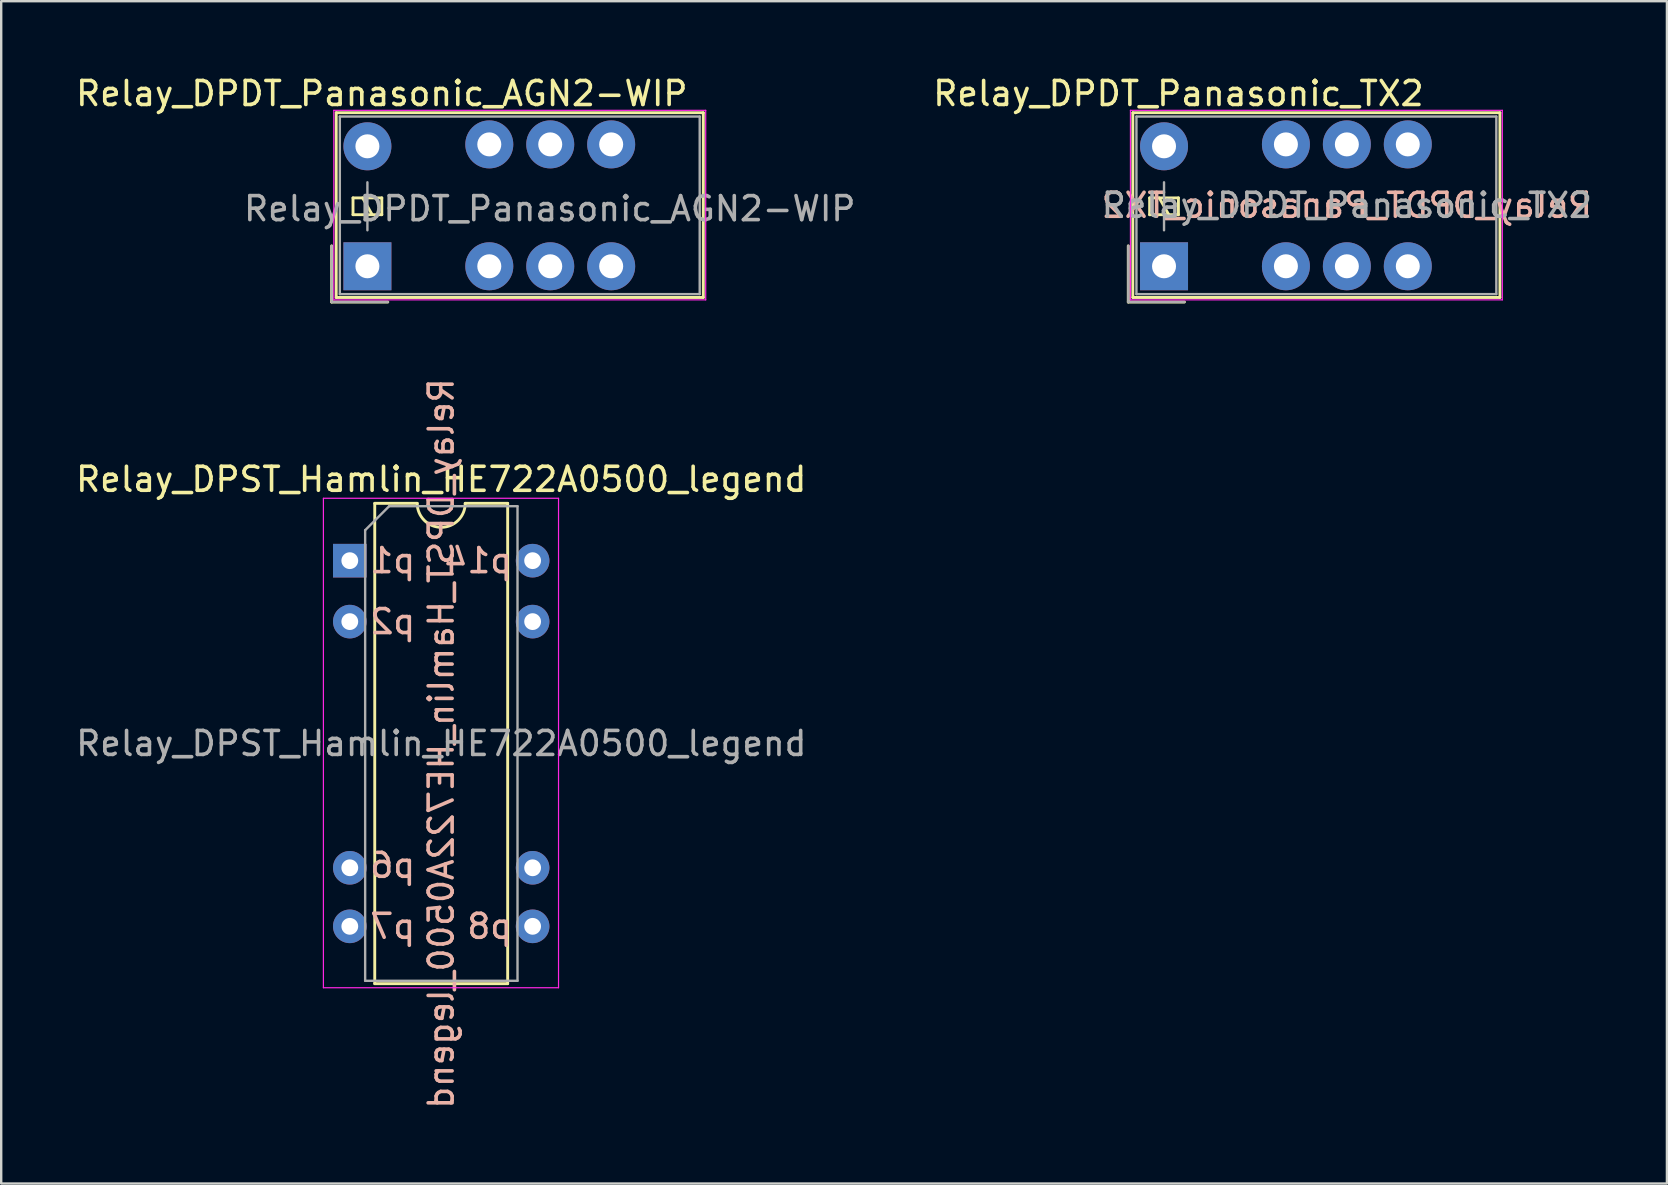
<source format=kicad_pcb>
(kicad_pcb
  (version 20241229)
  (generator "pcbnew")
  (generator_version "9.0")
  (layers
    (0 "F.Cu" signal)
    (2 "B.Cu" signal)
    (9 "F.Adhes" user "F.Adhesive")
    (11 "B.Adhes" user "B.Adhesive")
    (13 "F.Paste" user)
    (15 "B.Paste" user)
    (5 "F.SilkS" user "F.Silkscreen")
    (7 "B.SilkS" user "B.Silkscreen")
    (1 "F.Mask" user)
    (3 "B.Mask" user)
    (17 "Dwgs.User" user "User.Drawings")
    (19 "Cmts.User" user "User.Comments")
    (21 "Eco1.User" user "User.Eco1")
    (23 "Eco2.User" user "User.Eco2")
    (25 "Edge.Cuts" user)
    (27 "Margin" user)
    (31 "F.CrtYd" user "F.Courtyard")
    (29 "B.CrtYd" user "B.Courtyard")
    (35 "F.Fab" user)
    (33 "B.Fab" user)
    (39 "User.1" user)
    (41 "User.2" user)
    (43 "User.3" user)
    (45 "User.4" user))
  (footprint "Relay_DPDT_Panasonic_AGN2-WIP"
    (layer "F.Cu")
    (at 12.263 8.048)
    (property "Reference" "Relay_DPDT_Panasonic_AGN2-WIP" (at 0.6 -7.2 180) (layer "F.SilkS") (effects (font (size 1 1) (thickness 0.15))))
    (attr through_hole)
    (fp_line (start -1.49 1.49) (end -1.49 -0.85) (stroke (width 0.12) (type solid)) (layer "F.SilkS"))
    (fp_line (start -1.3 -6.4) (end -1.3 1.3) (stroke (width 0.12) (type solid)) (layer "F.SilkS"))
    (fp_line (start -1.3 1.3) (end 14 1.3) (stroke (width 0.12) (type solid)) (layer "F.SilkS"))
    (fp_line (start -0.6 -2.85) (end -0.6 -2.15) (stroke (width 0.12) (type solid)) (layer "F.SilkS"))
    (fp_line (start -0.6 -2.15) (end 0.6 -2.15) (stroke (width 0.12) (type solid)) (layer "F.SilkS"))
    (fp_line (start 0.2 -2.15) (end -0.2 -2.85) (stroke (width 0.12) (type solid)) (layer "F.SilkS"))
    (fp_line (start 0.6 -2.85) (end -0.6 -2.85) (stroke (width 0.12) (type solid)) (layer "F.SilkS"))
    (fp_line (start 0.6 -2.15) (end 0.6 -2.85) (stroke (width 0.12) (type solid)) (layer "F.SilkS"))
    (fp_line (start 0.85 1.49) (end -1.49 1.49) (stroke (width 0.12) (type solid)) (layer "F.SilkS"))
    (fp_line (start 14 -6.4) (end -1.3 -6.4) (stroke (width 0.12) (type solid)) (layer "F.SilkS"))
    (fp_line (start 14 1.3) (end 14 -6.4) (stroke (width 0.12) (type solid)) (layer "F.SilkS"))
    (fp_line (start -1.4 -6.5) (end -1.4 1.4) (stroke (width 0.05) (type solid)) (layer "F.CrtYd"))
    (fp_line (start -1.4 1.4) (end 14.1 1.4) (stroke (width 0.05) (type solid)) (layer "F.CrtYd"))
    (fp_line (start 14.1 -6.5) (end -1.4 -6.5) (stroke (width 0.05) (type solid)) (layer "F.CrtYd"))
    (fp_line (start 14.1 1.4) (end 14.1 -6.5) (stroke (width 0.05) (type solid)) (layer "F.CrtYd"))
    (fp_line (start -1.49 1.49) (end -1.49 -0.85) (stroke (width 0.1) (type solid)) (layer "F.Fab"))
    (fp_line (start -1.15 -6.24) (end 13.85 -6.24) (stroke (width 0.1) (type solid)) (layer "F.Fab"))
    (fp_line (start -1.15 1.16) (end -1.15 -6.24) (stroke (width 0.1) (type solid)) (layer "F.Fab"))
    (fp_line (start -1.15 1.16) (end 13.85 1.16) (stroke (width 0.1) (type solid)) (layer "F.Fab"))
    (fp_line (start 0 -1.5) (end 0 -3.5) (stroke (width 0.1) (type solid)) (layer "F.Fab"))
    (fp_line (start 0.85 1.49) (end -1.49 1.49) (stroke (width 0.1) (type solid)) (layer "F.Fab"))
    (fp_line (start 13.85 1.16) (end 13.85 -6.24) (stroke (width 0.1) (type solid)) (layer "F.Fab"))
    (fp_text user "${REFERENCE}" (at 7.6 -2.4 180) (layer "F.Fab") (effects (font (size 1 1) (thickness 0.15))))
    (pad "1" thru_hole rect (at 0 0 90) (size 2 2) (drill 1) (layers "*.Cu" "*.Mask"))
    (pad "3" thru_hole oval (at 5.08 0 90) (size 2 2) (drill 1) (layers "*.Cu" "*.Mask"))
    (pad "4" thru_hole oval (at 7.62 0 90) (size 2 2) (drill 1) (layers "*.Cu" "*.Mask"))
    (pad "5" thru_hole oval (at 10.16 0 90) (size 2 2) (drill 1) (layers "*.Cu" "*.Mask"))
    (pad "8" thru_hole oval (at 10.16 -5.08 90) (size 2 2) (drill 1) (layers "*.Cu" "*.Mask"))
    (pad "9" thru_hole oval (at 7.62 -5.08 90) (size 2 2) (drill 1) (layers "*.Cu" "*.Mask"))
    (pad "10" thru_hole oval (at 5.08 -5.08 90) (size 2 2) (drill 1) (layers "*.Cu" "*.Mask"))
    (pad "12" thru_hole oval (at 0 -5 90) (size 2 2) (drill 1) (layers "*.Cu" "*.Mask")))
  (footprint "Relay_DPST_Hamlin_HE722A0500_legend"
    (layer "F.Cu")
    (at 11.529 20.318)
    (property "Reference" "Relay_DPST_Hamlin_HE722A0500_legend" (at 3.81 -3.39 0) (layer "F.SilkS") (effects (font (size 1 1) (thickness 0.15))))
    (property "BotReference" "${REFERENCE}" (at 3.81 7.62 90) (layer "B.SilkS") (effects (font (size 1 1) (thickness 0.15)) (justify mirror)))
    (property "p1" "p1" (at 0.762 0 0) (layer "B.SilkS") (effects (font (size 1 1) (thickness 0.15)) (justify right mirror)))
    (property "p2" "p2" (at 0.762 2.54 0) (layer "B.SilkS") (effects (font (size 1 1) (thickness 0.15)) (justify right mirror)))
    (property "p6" "p6" (at 0.762 12.7 0) (layer "B.SilkS") (effects (font (size 1 1) (thickness 0.15)) (justify right mirror)))
    (property "p7" "p7" (at 0.762 15.24 0) (layer "B.SilkS") (effects (font (size 1 1) (thickness 0.15)) (justify right mirror)))
    (property "p8" "p8" (at 6.858 15.24 0) (layer "B.SilkS") (effects (font (size 1 1) (thickness 0.15)) (justify left mirror)))
    (property "p14" "p14" (at 6.858 0 0) (layer "B.SilkS") (effects (font (size 1 1) (thickness 0.15)) (justify left mirror)))
    (attr through_hole)
    (fp_line (start 1.04 -2.39) (end 1.04 17.63) (stroke (width 0.12) (type solid)) (layer "F.SilkS"))
    (fp_line (start 1.04 17.63) (end 6.58 17.63) (stroke (width 0.12) (type solid)) (layer "F.SilkS"))
    (fp_line (start 2.81 -2.39) (end 1.04 -2.39) (stroke (width 0.12) (type solid)) (layer "F.SilkS"))
    (fp_line (start 6.58 -2.39) (end 4.81 -2.39) (stroke (width 0.12) (type solid)) (layer "F.SilkS"))
    (fp_line (start 6.58 17.63) (end 6.58 -2.39) (stroke (width 0.12) (type solid)) (layer "F.SilkS"))
    (fp_arc (start 4.81 -2.39) (mid 3.81 -1.39) (end 2.81 -2.39) (stroke (width 0.12) (type solid)) (layer "F.SilkS"))
    (fp_line (start -1.1 -2.6) (end -1.1 17.8) (stroke (width 0.05) (type solid)) (layer "F.CrtYd"))
    (fp_line (start -1.1 17.8) (end 8.7 17.8) (stroke (width 0.05) (type solid)) (layer "F.CrtYd"))
    (fp_line (start 8.7 -2.6) (end -1.1 -2.6) (stroke (width 0.05) (type solid)) (layer "F.CrtYd"))
    (fp_line (start 8.7 17.8) (end 8.7 -2.6) (stroke (width 0.05) (type solid)) (layer "F.CrtYd"))
    (fp_line (start 0.64 -1.27) (end 1.64 -2.27) (stroke (width 0.1) (type solid)) (layer "F.Fab"))
    (fp_line (start 0.64 17.51) (end 0.64 -1.27) (stroke (width 0.1) (type solid)) (layer "F.Fab"))
    (fp_line (start 1.64 -2.27) (end 6.99 -2.27) (stroke (width 0.1) (type solid)) (layer "F.Fab"))
    (fp_line (start 6.99 -2.27) (end 6.99 17.51) (stroke (width 0.1) (type solid)) (layer "F.Fab"))
    (fp_line (start 6.99 17.51) (end 0.64 17.51) (stroke (width 0.1) (type solid)) (layer "F.Fab"))
    (fp_text user "${REFERENCE}" (at 3.815 7.62 0) (layer "F.Fab") (effects (font (size 1 1) (thickness 0.15))))
    (pad "1" thru_hole rect (at 0 0) (size 1.4 1.4) (drill 0.7) (layers "*.Cu" "*.Mask"))
    (pad "2" thru_hole circle (at 0 2.54) (size 1.4 1.4) (drill 0.7) (layers "*.Cu" "*.Mask"))
    (pad "6" thru_hole circle (at 0 12.8) (size 1.4 1.4) (drill 0.7) (layers "*.Cu" "*.Mask"))
    (pad "7" thru_hole circle (at 0 15.24) (size 1.4 1.4) (drill 0.7) (layers "*.Cu" "*.Mask"))
    (pad "8" thru_hole circle (at 7.62 15.24) (size 1.4 1.4) (drill 0.7) (layers "*.Cu" "*.Mask"))
    (pad "9" thru_hole circle (at 7.62 12.8) (size 1.4 1.4) (drill 0.7) (layers "*.Cu" "*.Mask"))
    (pad "13" thru_hole circle (at 7.62 2.54) (size 1.4 1.4) (drill 0.7) (layers "*.Cu" "*.Mask"))
    (pad "14" thru_hole circle (at 7.62 0) (size 1.4 1.4) (drill 0.7) (layers "*.Cu" "*.Mask")))
  (footprint "Relay_DPDT_Panasonic_TX2"
    (layer "F.Cu")
    (at 45.465 8.048)
    (property "Reference" "Relay_DPDT_Panasonic_TX2" (at 0.6 -7.2 180) (layer "F.SilkS") (effects (font (size 1 1) (thickness 0.15))))
    (property "BotReference" "${REFERENCE}" (at 7.62 -2.54 0) (layer "B.SilkS") (effects (font (size 1 1) (thickness 0.15)) (justify mirror)))
    (attr through_hole)
    (fp_line (start -1.49 1.49) (end -1.49 -0.85) (stroke (width 0.12) (type solid)) (layer "F.SilkS"))
    (fp_line (start -1.3 -6.4) (end -1.3 1.3) (stroke (width 0.12) (type solid)) (layer "F.SilkS"))
    (fp_line (start -1.3 1.3) (end 14 1.3) (stroke (width 0.12) (type solid)) (layer "F.SilkS"))
    (fp_line (start -0.6 -2.85) (end -0.6 -2.15) (stroke (width 0.12) (type solid)) (layer "F.SilkS"))
    (fp_line (start -0.6 -2.15) (end 0.6 -2.15) (stroke (width 0.12) (type solid)) (layer "F.SilkS"))
    (fp_line (start 0.2 -2.15) (end -0.2 -2.85) (stroke (width 0.12) (type solid)) (layer "F.SilkS"))
    (fp_line (start 0.6 -2.85) (end -0.6 -2.85) (stroke (width 0.12) (type solid)) (layer "F.SilkS"))
    (fp_line (start 0.6 -2.15) (end 0.6 -2.85) (stroke (width 0.12) (type solid)) (layer "F.SilkS"))
    (fp_line (start 0.85 1.49) (end -1.49 1.49) (stroke (width 0.12) (type solid)) (layer "F.SilkS"))
    (fp_line (start 14 -6.4) (end -1.3 -6.4) (stroke (width 0.12) (type solid)) (layer "F.SilkS"))
    (fp_line (start 14 1.3) (end 14 -6.4) (stroke (width 0.12) (type solid)) (layer "F.SilkS"))
    (fp_line (start -1.4 -6.5) (end -1.4 1.4) (stroke (width 0.05) (type solid)) (layer "F.CrtYd"))
    (fp_line (start -1.4 1.4) (end 14.1 1.4) (stroke (width 0.05) (type solid)) (layer "F.CrtYd"))
    (fp_line (start 14.1 -6.5) (end -1.4 -6.5) (stroke (width 0.05) (type solid)) (layer "F.CrtYd"))
    (fp_line (start 14.1 1.4) (end 14.1 -6.5) (stroke (width 0.05) (type solid)) (layer "F.CrtYd"))
    (fp_line (start -1.49 1.49) (end -1.49 -0.85) (stroke (width 0.1) (type solid)) (layer "F.Fab"))
    (fp_line (start -1.15 -6.24) (end 13.85 -6.24) (stroke (width 0.1) (type solid)) (layer "F.Fab"))
    (fp_line (start -1.15 1.16) (end -1.15 -6.24) (stroke (width 0.1) (type solid)) (layer "F.Fab"))
    (fp_line (start -1.15 1.16) (end 13.85 1.16) (stroke (width 0.1) (type solid)) (layer "F.Fab"))
    (fp_line (start 0 -1.5) (end 0 -3.5) (stroke (width 0.1) (type solid)) (layer "F.Fab"))
    (fp_line (start 0.85 1.49) (end -1.49 1.49) (stroke (width 0.1) (type solid)) (layer "F.Fab"))
    (fp_line (start 13.85 1.16) (end 13.85 -6.24) (stroke (width 0.1) (type solid)) (layer "F.Fab"))
    (fp_text user "${REFERENCE}" (at 7.62 -2.54 180) (layer "F.Fab") (effects (font (size 1 1) (thickness 0.15))))
    (pad "1" thru_hole rect (at 0 0 90) (size 2 2) (drill 1) (layers "*.Cu" "*.Mask"))
    (pad "3" thru_hole oval (at 5.08 0 90) (size 2 2) (drill 1) (layers "*.Cu" "*.Mask"))
    (pad "4" thru_hole oval (at 7.62 0 90) (size 2 2) (drill 1) (layers "*.Cu" "*.Mask"))
    (pad "5" thru_hole oval (at 10.16 0 90) (size 2 2) (drill 1) (layers "*.Cu" "*.Mask"))
    (pad "8" thru_hole oval (at 10.16 -5.08 90) (size 2 2) (drill 1) (layers "*.Cu" "*.Mask"))
    (pad "9" thru_hole oval (at 7.62 -5.08 90) (size 2 2) (drill 1) (layers "*.Cu" "*.Mask"))
    (pad "10" thru_hole oval (at 5.08 -5.08 90) (size 2 2) (drill 1) (layers "*.Cu" "*.Mask"))
    (pad "12" thru_hole oval (at 0 -5 90) (size 2 2) (drill 1) (layers "*.Cu" "*.Mask")))
  (gr_rect
    (start -3 -3)
    (end 66.425 46.277)
    (stroke (width 0.1) (type default))
    (fill no)
    (layer "Edge.Cuts")))
</source>
